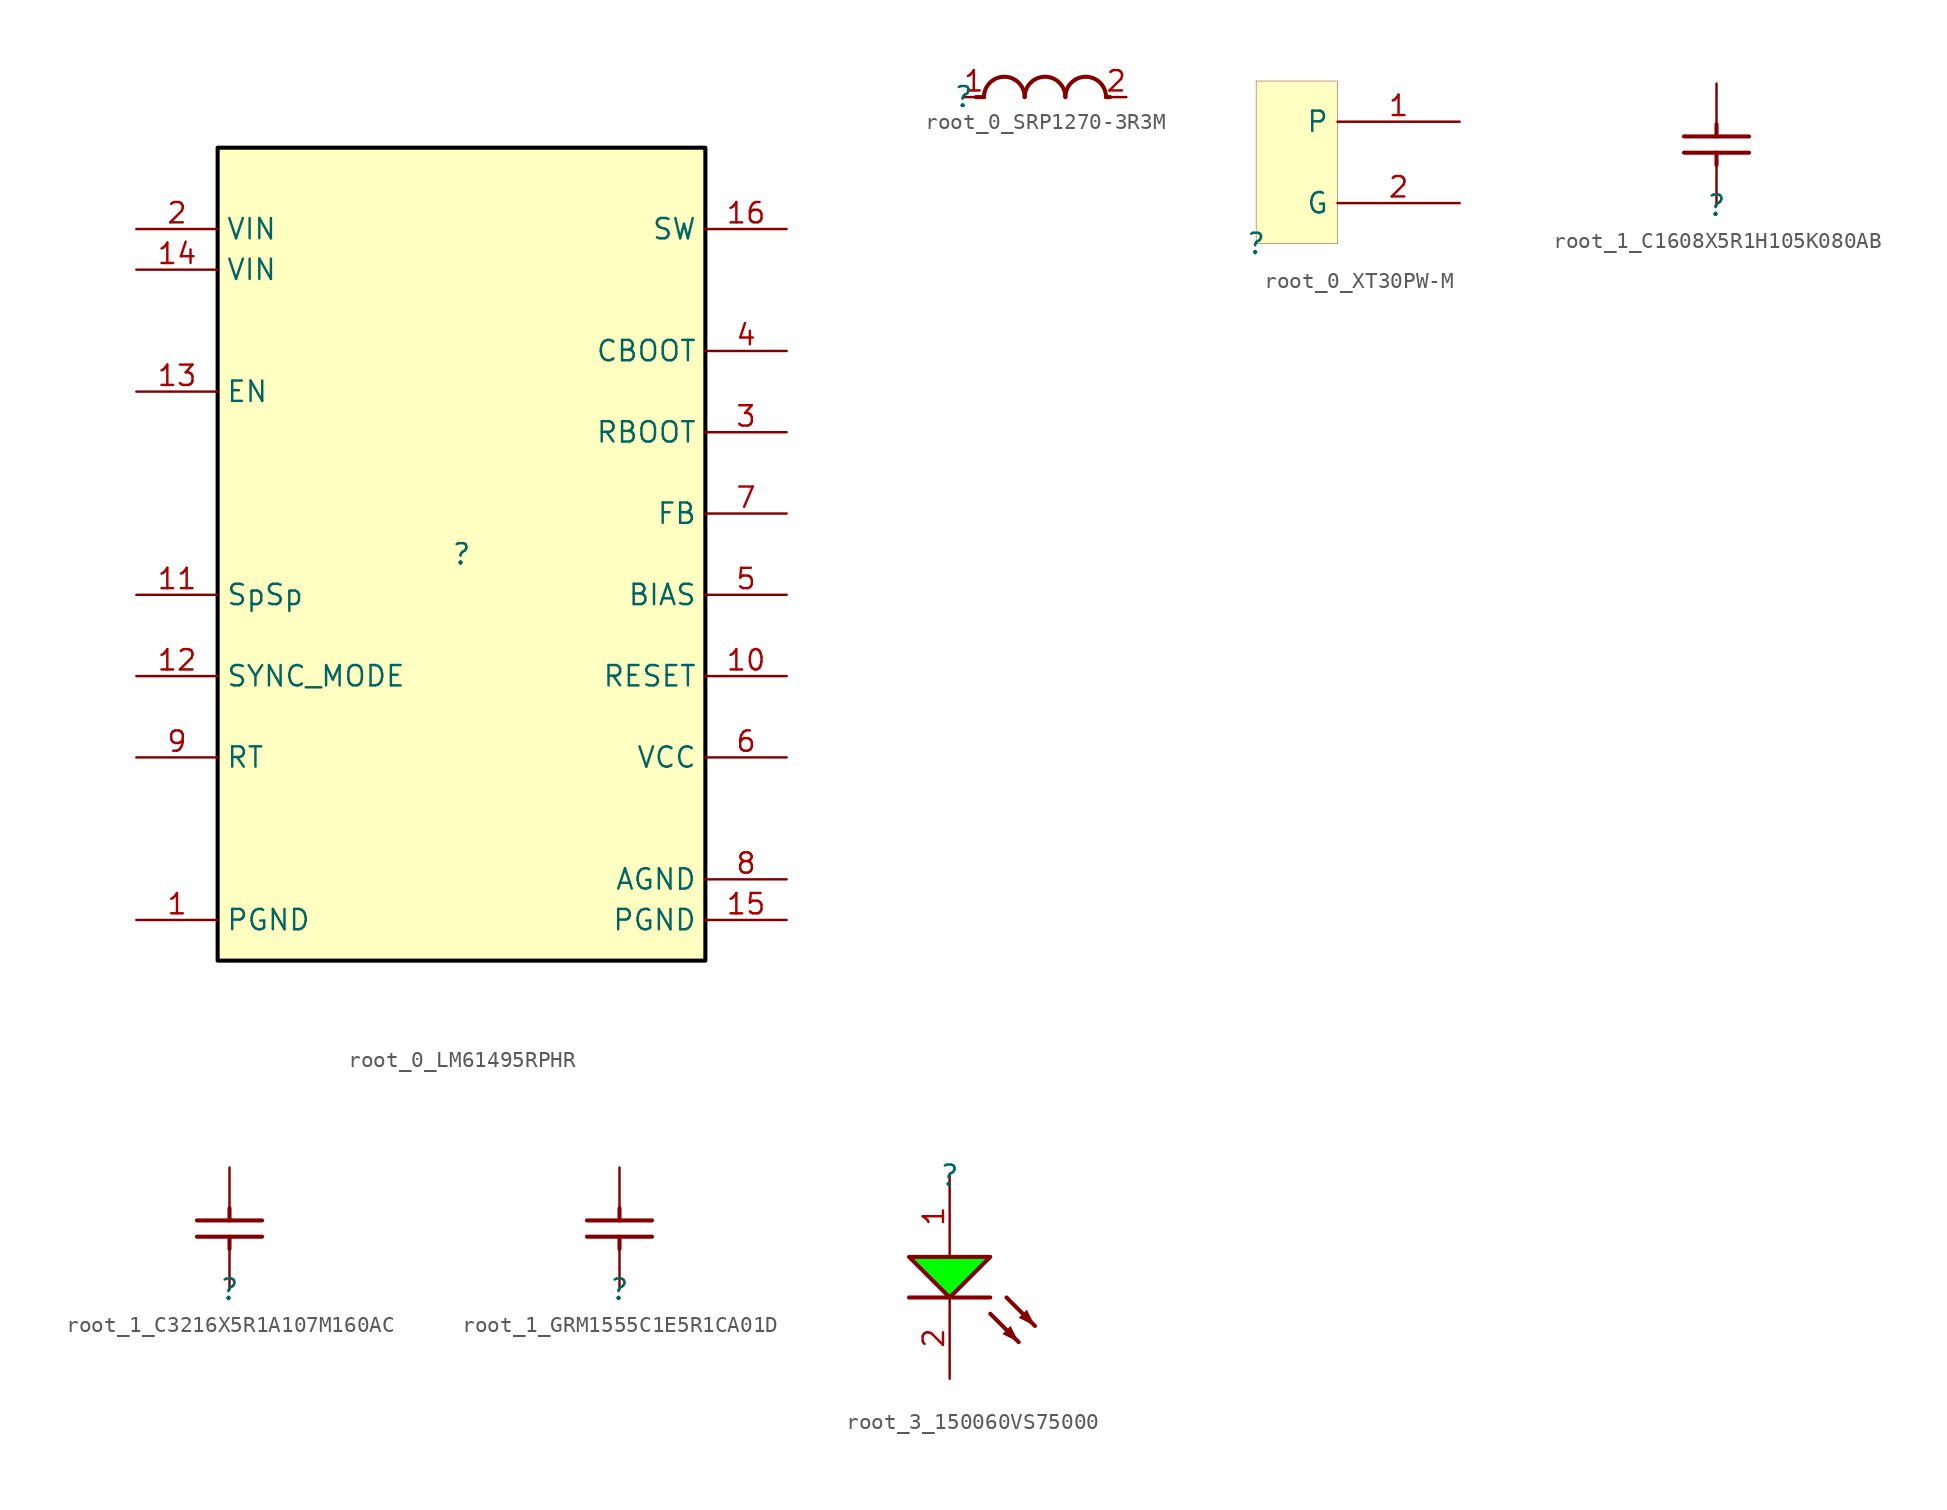
<source format=kicad_sym>
(kicad_symbol_lib
  (version 20231120)
  (generator "kicad_symbol_editor")
  (generator_version "8.0")
  (symbol "root_0_LM61495RPHR"
    (property "Reference" ""
      (at 0 0 0)
      (effects (font (size 1.27 1.27))))
    (property "Value" ""
      (at 0 0 0)
      (effects (font (size 1.27 1.27))))
    (symbol "root_0_LM61495RPHR_1_0"
      (rectangle (start 15.24 25.4) (end -15.24 -25.4) (stroke (width 0.254) (type solid) (color 0 0 0 1)) (fill (type background)))
      (pin power_in line (at -20.32 -22.86 0) (length 5.08) (name "PGND" (effects (font (size 1.27 1.27)))) (number "1" (effects (font (size 1.27 1.27)))))
      (pin input line (at 20.32 -7.62 180) (length 5.08) (name "RESET" (effects (font (size 1.27 1.27)))) (number "10" (effects (font (size 1.27 1.27)))))
      (pin passive line (at -20.32 -2.54 0) (length 5.08) (name "SpSp" (effects (font (size 1.27 1.27)))) (number "11" (effects (font (size 1.27 1.27)))))
      (pin input line (at -20.32 -7.62 0) (length 5.08) (name "SYNC_MODE" (effects (font (size 1.27 1.27)))) (number "12" (effects (font (size 1.27 1.27)))))
      (pin input line (at -20.32 10.16 0) (length 5.08) (name "EN" (effects (font (size 1.27 1.27)))) (number "13" (effects (font (size 1.27 1.27)))))
      (pin power_in line (at -20.32 17.78 0) (length 5.08) (name "VIN" (effects (font (size 1.27 1.27)))) (number "14" (effects (font (size 1.27 1.27)))))
      (pin power_in line (at 20.32 -22.86 180) (length 5.08) (name "PGND" (effects (font (size 1.27 1.27)))) (number "15" (effects (font (size 1.27 1.27)))))
      (pin power_in line (at 20.32 20.32 180) (length 5.08) (name "SW" (effects (font (size 1.27 1.27)))) (number "16" (effects (font (size 1.27 1.27)))))
      (pin power_in line (at -20.32 20.32 0) (length 5.08) (name "VIN" (effects (font (size 1.27 1.27)))) (number "2" (effects (font (size 1.27 1.27)))))
      (pin passive line (at 20.32 7.62 180) (length 5.08) (name "RBOOT" (effects (font (size 1.27 1.27)))) (number "3" (effects (font (size 1.27 1.27)))))
      (pin passive line (at 20.32 12.7 180) (length 5.08) (name "CBOOT" (effects (font (size 1.27 1.27)))) (number "4" (effects (font (size 1.27 1.27)))))
      (pin passive line (at 20.32 -2.54 180) (length 5.08) (name "BIAS" (effects (font (size 1.27 1.27)))) (number "5" (effects (font (size 1.27 1.27)))))
      (pin power_in line (at 20.32 -12.7 180) (length 5.08) (name "VCC" (effects (font (size 1.27 1.27)))) (number "6" (effects (font (size 1.27 1.27)))))
      (pin input line (at 20.32 2.54 180) (length 5.08) (name "FB" (effects (font (size 1.27 1.27)))) (number "7" (effects (font (size 1.27 1.27)))))
      (pin power_in line (at 20.32 -20.32 180) (length 5.08) (name "AGND" (effects (font (size 1.27 1.27)))) (number "8" (effects (font (size 1.27 1.27)))))
      (pin passive line (at -20.32 -12.7 0) (length 5.08) (name "RT" (effects (font (size 1.27 1.27)))) (number "9" (effects (font (size 1.27 1.27)))))))
  (symbol "root_0_SRP1270-3R3M"
    (property "Reference" ""
      (at 0 0 0)
      (effects (font (size 1.27 1.27))))
    (property "Value" ""
      (at 0 0 0)
      (effects (font (size 1.27 1.27))))
    (symbol "root_0_SRP1270-3R3M_1_0"
      (polyline (pts (xy 1.27 0) (xy 0.762 0)) (stroke (width 0.254) (type solid)) (fill (type none)))
      (polyline (pts (xy 8.89 0) (xy 9.144 0)) (stroke (width 0.254) (type solid)) (fill (type none)))
      (arc (start 3.81 0) (mid 2.54 1.27) (end 1.27 0) (stroke (width 0.254) (type solid)) (fill (type none)))
      (arc (start 6.35 0) (mid 5.08 1.27) (end 3.81 0) (stroke (width 0.254) (type solid)) (fill (type none)))
      (arc (start 8.89 0) (mid 7.62 1.27) (end 6.35 0) (stroke (width 0.254) (type solid)) (fill (type none)))
      (pin passive line (at 0 0 0) (length 1.27) (name "1" (effects (font (size 0 0)))) (number "1" (effects (font (size 1.27 1.27)))))
      (pin passive line (at 10.16 0 180) (length 1.27) (name "2" (effects (font (size 0 0)))) (number "2" (effects (font (size 1.27 1.27)))))))
  (symbol "root_0_XT30PW-M"
    (property "Reference" ""
      (at 0 0 0)
      (effects (font (size 1.27 1.27))))
    (property "Value" ""
      (at 0 0 0)
      (effects (font (size 1.27 1.27))))
    (symbol "root_0_XT30PW-M_1_0"
      (rectangle (start 5.08 10.16) (end 0 0) (stroke (width 0.025) (type solid) (color 128 0 0 1)) (fill (type background)))
      (pin passive line (at 12.7 7.62 180) (length 7.62) (name "P" (effects (font (size 1.27 1.27)))) (number "1" (effects (font (size 1.27 1.27)))))
      (pin passive line (at 12.7 2.54 180) (length 7.62) (name "G" (effects (font (size 1.27 1.27)))) (number "2" (effects (font (size 1.27 1.27)))))))
  (symbol "root_1_C1608X5R1H105K080AB"
    (property "Reference" ""
      (at 0 0 0)
      (effects (font (size 1.27 1.27))))
    (property "Value" ""
      (at 0 0 0)
      (effects (font (size 1.27 1.27))))
    (symbol "root_1_C1608X5R1H105K080AB_1_0"
      (polyline (pts (xy -2.032 4.318) (xy 2.032 4.318)) (stroke (width 0.254) (type solid)) (fill (type none)))
      (polyline (pts (xy 0 2.54) (xy 0 3.302)) (stroke (width 0.254) (type solid)) (fill (type none)))
      (polyline (pts (xy 0 5.08) (xy 0 4.318)) (stroke (width 0.254) (type solid)) (fill (type none)))
      (polyline (pts (xy 2.032 3.302) (xy -2.032 3.302)) (stroke (width 0.254) (type solid)) (fill (type none)))
      (pin passive line (at 0 0 90) (length 2.54) (name "1" (effects (font (size 0 0)))) (number "1" (effects (font (size 0 0)))))
      (pin passive line (at 0 7.62 270) (length 2.54) (name "2" (effects (font (size 0 0)))) (number "2" (effects (font (size 0 0)))))))
  (symbol "root_1_C3216X5R1A107M160AC"
    (property "Reference" ""
      (at 0 0 0)
      (effects (font (size 1.27 1.27))))
    (property "Value" ""
      (at 0 0 0)
      (effects (font (size 1.27 1.27))))
    (symbol "root_1_C3216X5R1A107M160AC_1_0"
      (polyline (pts (xy -2.032 4.318) (xy 2.032 4.318)) (stroke (width 0.254) (type solid)) (fill (type none)))
      (polyline (pts (xy 0 2.54) (xy 0 3.302)) (stroke (width 0.254) (type solid)) (fill (type none)))
      (polyline (pts (xy 0 5.08) (xy 0 4.318)) (stroke (width 0.254) (type solid)) (fill (type none)))
      (polyline (pts (xy 2.032 3.302) (xy -2.032 3.302)) (stroke (width 0.254) (type solid)) (fill (type none)))
      (pin passive line (at 0 0 90) (length 2.54) (name "1" (effects (font (size 0 0)))) (number "1" (effects (font (size 0 0)))))
      (pin passive line (at 0 7.62 270) (length 2.54) (name "2" (effects (font (size 0 0)))) (number "2" (effects (font (size 0 0)))))))
  (symbol "root_1_GRM1555C1E5R1CA01D"
    (property "Reference" ""
      (at 0 0 0)
      (effects (font (size 1.27 1.27))))
    (property "Value" ""
      (at 0 0 0)
      (effects (font (size 1.27 1.27))))
    (symbol "root_1_GRM1555C1E5R1CA01D_1_0"
      (polyline (pts (xy -2.032 4.318) (xy 2.032 4.318)) (stroke (width 0.254) (type solid)) (fill (type none)))
      (polyline (pts (xy 0 2.54) (xy 0 3.302)) (stroke (width 0.254) (type solid)) (fill (type none)))
      (polyline (pts (xy 0 5.08) (xy 0 4.318)) (stroke (width 0.254) (type solid)) (fill (type none)))
      (polyline (pts (xy 2.032 3.302) (xy -2.032 3.302)) (stroke (width 0.254) (type solid)) (fill (type none)))
      (pin passive line (at 0 0 90) (length 2.54) (name "1" (effects (font (size 0 0)))) (number "1" (effects (font (size 0 0)))))
      (pin passive line (at 0 7.62 270) (length 2.54) (name "2" (effects (font (size 0 0)))) (number "2" (effects (font (size 0 0)))))))
  (symbol "root_3_150060VS75000"
    (property "Reference" ""
      (at 0 0 0)
      (effects (font (size 1.27 1.27))))
    (property "Value" ""
      (at 0 0 0)
      (effects (font (size 1.27 1.27))))
    (symbol "root_3_150060VS75000_1_0"
      (polyline (pts (xy 2.54 -8.636) (xy 4.318 -10.414)) (stroke (width 0.254) (type solid)) (fill (type none)))
      (polyline (pts (xy 2.54 -7.62) (xy -2.54 -7.62)) (stroke (width 0.254) (type solid)) (fill (type none)))
      (polyline (pts (xy 3.556 -7.62) (xy 5.334 -9.398)) (stroke (width 0.254) (type solid)) (fill (type none)))
      (polyline (pts (xy -2.54 -5.08) (xy 0 -7.62) (xy 2.54 -5.08) (xy -2.54 -5.08)) (stroke (width 0.254) (type solid)) (fill (type color) (color 0 255 0 1)))
      (polyline (pts (xy 4.318 -10.414) (xy 3.81 -9.398) (xy 3.302 -9.906) (xy 4.318 -10.414)) (stroke (width -0.0001) (type solid)) (fill (type outline)))
      (polyline (pts (xy 5.334 -9.398) (xy 4.826 -8.382) (xy 4.318 -8.89) (xy 5.334 -9.398)) (stroke (width -0.0001) (type solid)) (fill (type outline)))
      (pin passive line (at 0 0 270) (length 5.08) (name "K" (effects (font (size 0 0)))) (number "1" (effects (font (size 1.27 1.27)))))
      (pin passive line (at 0 -12.7 90) (length 5.08) (name "A" (effects (font (size 0 0)))) (number "2" (effects (font (size 1.27 1.27))))))))
</source>
